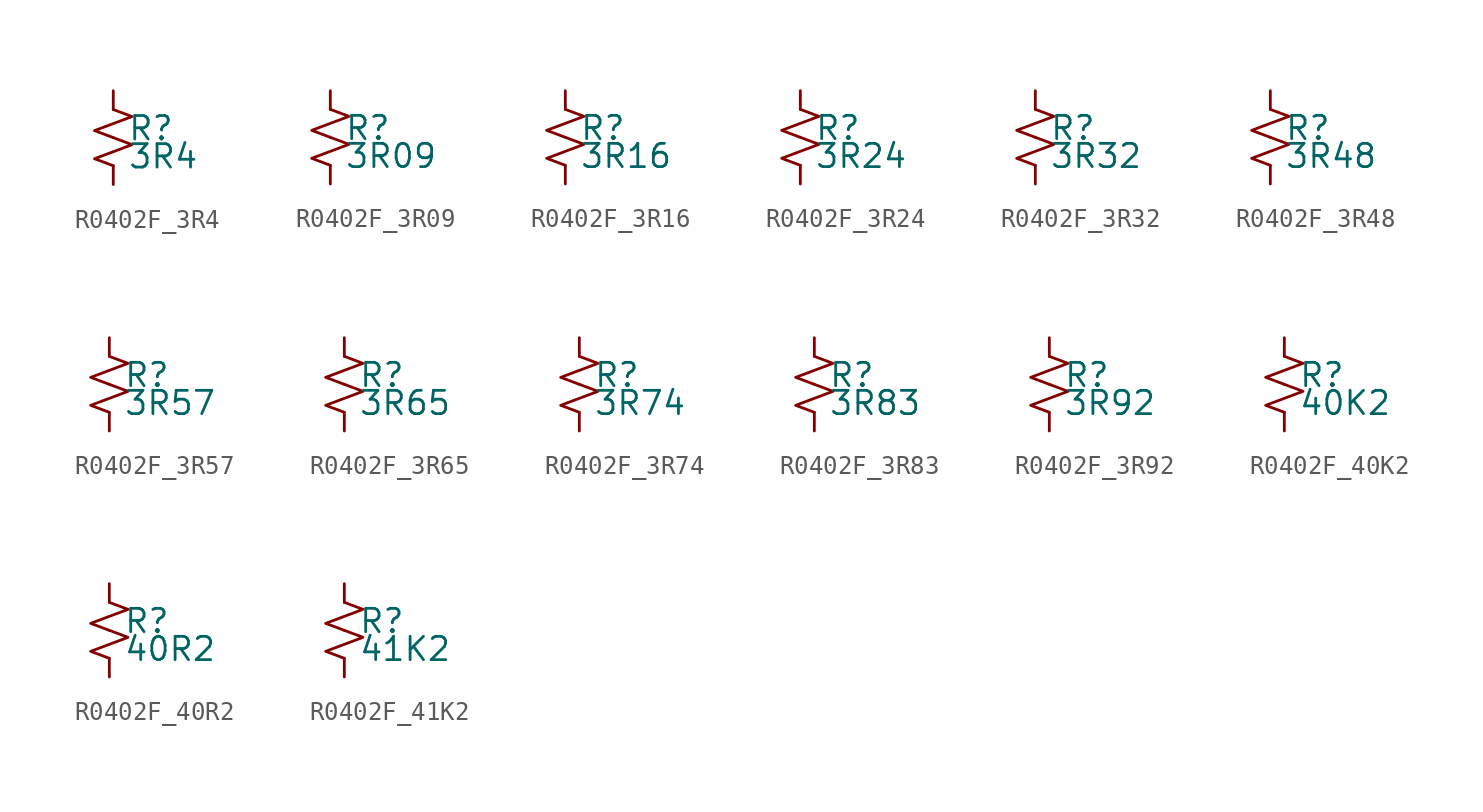
<source format=kicad_sym>
(kicad_symbol_lib
  (version 20220914)
  (generator kicad_symbol_editor)
  (symbol "R0402F_3R4"
    (pin_numbers hide)
    (pin_names
      (offset 0.254) hide)
    (property "Reference" "R"
      (at 0.762 0.508 0)
      (effects (font (size 1.27 1.27)) (justify left)))
    (property "Value" "3R4"
      (at 0.762 -1.016 0)
      (effects (font (size 1.27 1.27)) (justify left)))
    (symbol "R0402F_3R4_1_1"
      (polyline (pts (xy 0 0) (xy 1.016 -0.381) (xy 0 -0.762) (xy -1.016 -1.143) (xy 0 -1.524)) (stroke (width 0) (type default)) (fill (type none)))
      (polyline (pts (xy 0 1.524) (xy 1.016 1.143) (xy 0 0.762) (xy -1.016 0.381) (xy 0 0)) (stroke (width 0) (type default)) (fill (type none)))
      (pin passive line (at 0 2.54 270) (length 1.016) (name "~" (effects (font (size 1.27 1.27)))) (number "1" (effects (font (size 1.27 1.27)))))
      (pin passive line (at 0 -2.54 90) (length 1.016) (name "~" (effects (font (size 1.27 1.27)))) (number "2" (effects (font (size 1.27 1.27)))))))
  (symbol "R0402F_3R09"
    (pin_numbers hide)
    (pin_names
      (offset 0.254) hide)
    (property "Reference" "R"
      (at 0.762 0.508 0)
      (effects (font (size 1.27 1.27)) (justify left)))
    (property "Value" "3R09"
      (at 0.762 -1.016 0)
      (effects (font (size 1.27 1.27)) (justify left)))
    (symbol "R0402F_3R09_1_1"
      (polyline (pts (xy 0 0) (xy 1.016 -0.381) (xy 0 -0.762) (xy -1.016 -1.143) (xy 0 -1.524)) (stroke (width 0) (type default)) (fill (type none)))
      (polyline (pts (xy 0 1.524) (xy 1.016 1.143) (xy 0 0.762) (xy -1.016 0.381) (xy 0 0)) (stroke (width 0) (type default)) (fill (type none)))
      (pin passive line (at 0 2.54 270) (length 1.016) (name "~" (effects (font (size 1.27 1.27)))) (number "1" (effects (font (size 1.27 1.27)))))
      (pin passive line (at 0 -2.54 90) (length 1.016) (name "~" (effects (font (size 1.27 1.27)))) (number "2" (effects (font (size 1.27 1.27)))))))
  (symbol "R0402F_3R16"
    (pin_numbers hide)
    (pin_names
      (offset 0.254) hide)
    (property "Reference" "R"
      (at 0.762 0.508 0)
      (effects (font (size 1.27 1.27)) (justify left)))
    (property "Value" "3R16"
      (at 0.762 -1.016 0)
      (effects (font (size 1.27 1.27)) (justify left)))
    (symbol "R0402F_3R16_1_1"
      (polyline (pts (xy 0 0) (xy 1.016 -0.381) (xy 0 -0.762) (xy -1.016 -1.143) (xy 0 -1.524)) (stroke (width 0) (type default)) (fill (type none)))
      (polyline (pts (xy 0 1.524) (xy 1.016 1.143) (xy 0 0.762) (xy -1.016 0.381) (xy 0 0)) (stroke (width 0) (type default)) (fill (type none)))
      (pin passive line (at 0 2.54 270) (length 1.016) (name "~" (effects (font (size 1.27 1.27)))) (number "1" (effects (font (size 1.27 1.27)))))
      (pin passive line (at 0 -2.54 90) (length 1.016) (name "~" (effects (font (size 1.27 1.27)))) (number "2" (effects (font (size 1.27 1.27)))))))
  (symbol "R0402F_3R24"
    (pin_numbers hide)
    (pin_names
      (offset 0.254) hide)
    (property "Reference" "R"
      (at 0.762 0.508 0)
      (effects (font (size 1.27 1.27)) (justify left)))
    (property "Value" "3R24"
      (at 0.762 -1.016 0)
      (effects (font (size 1.27 1.27)) (justify left)))
    (symbol "R0402F_3R24_1_1"
      (polyline (pts (xy 0 0) (xy 1.016 -0.381) (xy 0 -0.762) (xy -1.016 -1.143) (xy 0 -1.524)) (stroke (width 0) (type default)) (fill (type none)))
      (polyline (pts (xy 0 1.524) (xy 1.016 1.143) (xy 0 0.762) (xy -1.016 0.381) (xy 0 0)) (stroke (width 0) (type default)) (fill (type none)))
      (pin passive line (at 0 2.54 270) (length 1.016) (name "~" (effects (font (size 1.27 1.27)))) (number "1" (effects (font (size 1.27 1.27)))))
      (pin passive line (at 0 -2.54 90) (length 1.016) (name "~" (effects (font (size 1.27 1.27)))) (number "2" (effects (font (size 1.27 1.27)))))))
  (symbol "R0402F_3R32"
    (pin_numbers hide)
    (pin_names
      (offset 0.254) hide)
    (property "Reference" "R"
      (at 0.762 0.508 0)
      (effects (font (size 1.27 1.27)) (justify left)))
    (property "Value" "3R32"
      (at 0.762 -1.016 0)
      (effects (font (size 1.27 1.27)) (justify left)))
    (symbol "R0402F_3R32_1_1"
      (polyline (pts (xy 0 0) (xy 1.016 -0.381) (xy 0 -0.762) (xy -1.016 -1.143) (xy 0 -1.524)) (stroke (width 0) (type default)) (fill (type none)))
      (polyline (pts (xy 0 1.524) (xy 1.016 1.143) (xy 0 0.762) (xy -1.016 0.381) (xy 0 0)) (stroke (width 0) (type default)) (fill (type none)))
      (pin passive line (at 0 2.54 270) (length 1.016) (name "~" (effects (font (size 1.27 1.27)))) (number "1" (effects (font (size 1.27 1.27)))))
      (pin passive line (at 0 -2.54 90) (length 1.016) (name "~" (effects (font (size 1.27 1.27)))) (number "2" (effects (font (size 1.27 1.27)))))))
  (symbol "R0402F_3R48"
    (pin_numbers hide)
    (pin_names
      (offset 0.254) hide)
    (property "Reference" "R"
      (at 0.762 0.508 0)
      (effects (font (size 1.27 1.27)) (justify left)))
    (property "Value" "3R48"
      (at 0.762 -1.016 0)
      (effects (font (size 1.27 1.27)) (justify left)))
    (symbol "R0402F_3R48_1_1"
      (polyline (pts (xy 0 0) (xy 1.016 -0.381) (xy 0 -0.762) (xy -1.016 -1.143) (xy 0 -1.524)) (stroke (width 0) (type default)) (fill (type none)))
      (polyline (pts (xy 0 1.524) (xy 1.016 1.143) (xy 0 0.762) (xy -1.016 0.381) (xy 0 0)) (stroke (width 0) (type default)) (fill (type none)))
      (pin passive line (at 0 2.54 270) (length 1.016) (name "~" (effects (font (size 1.27 1.27)))) (number "1" (effects (font (size 1.27 1.27)))))
      (pin passive line (at 0 -2.54 90) (length 1.016) (name "~" (effects (font (size 1.27 1.27)))) (number "2" (effects (font (size 1.27 1.27)))))))
  (symbol "R0402F_3R57"
    (pin_numbers hide)
    (pin_names
      (offset 0.254) hide)
    (property "Reference" "R"
      (at 0.762 0.508 0)
      (effects (font (size 1.27 1.27)) (justify left)))
    (property "Value" "3R57"
      (at 0.762 -1.016 0)
      (effects (font (size 1.27 1.27)) (justify left)))
    (symbol "R0402F_3R57_1_1"
      (polyline (pts (xy 0 0) (xy 1.016 -0.381) (xy 0 -0.762) (xy -1.016 -1.143) (xy 0 -1.524)) (stroke (width 0) (type default)) (fill (type none)))
      (polyline (pts (xy 0 1.524) (xy 1.016 1.143) (xy 0 0.762) (xy -1.016 0.381) (xy 0 0)) (stroke (width 0) (type default)) (fill (type none)))
      (pin passive line (at 0 2.54 270) (length 1.016) (name "~" (effects (font (size 1.27 1.27)))) (number "1" (effects (font (size 1.27 1.27)))))
      (pin passive line (at 0 -2.54 90) (length 1.016) (name "~" (effects (font (size 1.27 1.27)))) (number "2" (effects (font (size 1.27 1.27)))))))
  (symbol "R0402F_3R65"
    (pin_numbers hide)
    (pin_names
      (offset 0.254) hide)
    (property "Reference" "R"
      (at 0.762 0.508 0)
      (effects (font (size 1.27 1.27)) (justify left)))
    (property "Value" "3R65"
      (at 0.762 -1.016 0)
      (effects (font (size 1.27 1.27)) (justify left)))
    (symbol "R0402F_3R65_1_1"
      (polyline (pts (xy 0 0) (xy 1.016 -0.381) (xy 0 -0.762) (xy -1.016 -1.143) (xy 0 -1.524)) (stroke (width 0) (type default)) (fill (type none)))
      (polyline (pts (xy 0 1.524) (xy 1.016 1.143) (xy 0 0.762) (xy -1.016 0.381) (xy 0 0)) (stroke (width 0) (type default)) (fill (type none)))
      (pin passive line (at 0 2.54 270) (length 1.016) (name "~" (effects (font (size 1.27 1.27)))) (number "1" (effects (font (size 1.27 1.27)))))
      (pin passive line (at 0 -2.54 90) (length 1.016) (name "~" (effects (font (size 1.27 1.27)))) (number "2" (effects (font (size 1.27 1.27)))))))
  (symbol "R0402F_3R74"
    (pin_numbers hide)
    (pin_names
      (offset 0.254) hide)
    (property "Reference" "R"
      (at 0.762 0.508 0)
      (effects (font (size 1.27 1.27)) (justify left)))
    (property "Value" "3R74"
      (at 0.762 -1.016 0)
      (effects (font (size 1.27 1.27)) (justify left)))
    (symbol "R0402F_3R74_1_1"
      (polyline (pts (xy 0 0) (xy 1.016 -0.381) (xy 0 -0.762) (xy -1.016 -1.143) (xy 0 -1.524)) (stroke (width 0) (type default)) (fill (type none)))
      (polyline (pts (xy 0 1.524) (xy 1.016 1.143) (xy 0 0.762) (xy -1.016 0.381) (xy 0 0)) (stroke (width 0) (type default)) (fill (type none)))
      (pin passive line (at 0 2.54 270) (length 1.016) (name "~" (effects (font (size 1.27 1.27)))) (number "1" (effects (font (size 1.27 1.27)))))
      (pin passive line (at 0 -2.54 90) (length 1.016) (name "~" (effects (font (size 1.27 1.27)))) (number "2" (effects (font (size 1.27 1.27)))))))
  (symbol "R0402F_3R83"
    (pin_numbers hide)
    (pin_names
      (offset 0.254) hide)
    (property "Reference" "R"
      (at 0.762 0.508 0)
      (effects (font (size 1.27 1.27)) (justify left)))
    (property "Value" "3R83"
      (at 0.762 -1.016 0)
      (effects (font (size 1.27 1.27)) (justify left)))
    (symbol "R0402F_3R83_1_1"
      (polyline (pts (xy 0 0) (xy 1.016 -0.381) (xy 0 -0.762) (xy -1.016 -1.143) (xy 0 -1.524)) (stroke (width 0) (type default)) (fill (type none)))
      (polyline (pts (xy 0 1.524) (xy 1.016 1.143) (xy 0 0.762) (xy -1.016 0.381) (xy 0 0)) (stroke (width 0) (type default)) (fill (type none)))
      (pin passive line (at 0 2.54 270) (length 1.016) (name "~" (effects (font (size 1.27 1.27)))) (number "1" (effects (font (size 1.27 1.27)))))
      (pin passive line (at 0 -2.54 90) (length 1.016) (name "~" (effects (font (size 1.27 1.27)))) (number "2" (effects (font (size 1.27 1.27)))))))
  (symbol "R0402F_3R92"
    (pin_numbers hide)
    (pin_names
      (offset 0.254) hide)
    (property "Reference" "R"
      (at 0.762 0.508 0)
      (effects (font (size 1.27 1.27)) (justify left)))
    (property "Value" "3R92"
      (at 0.762 -1.016 0)
      (effects (font (size 1.27 1.27)) (justify left)))
    (symbol "R0402F_3R92_1_1"
      (polyline (pts (xy 0 0) (xy 1.016 -0.381) (xy 0 -0.762) (xy -1.016 -1.143) (xy 0 -1.524)) (stroke (width 0) (type default)) (fill (type none)))
      (polyline (pts (xy 0 1.524) (xy 1.016 1.143) (xy 0 0.762) (xy -1.016 0.381) (xy 0 0)) (stroke (width 0) (type default)) (fill (type none)))
      (pin passive line (at 0 2.54 270) (length 1.016) (name "~" (effects (font (size 1.27 1.27)))) (number "1" (effects (font (size 1.27 1.27)))))
      (pin passive line (at 0 -2.54 90) (length 1.016) (name "~" (effects (font (size 1.27 1.27)))) (number "2" (effects (font (size 1.27 1.27)))))))
  (symbol "R0402F_40K2"
    (pin_numbers hide)
    (pin_names
      (offset 0.254) hide)
    (property "Reference" "R"
      (at 0.762 0.508 0)
      (effects (font (size 1.27 1.27)) (justify left)))
    (property "Value" "40K2"
      (at 0.762 -1.016 0)
      (effects (font (size 1.27 1.27)) (justify left)))
    (symbol "R0402F_40K2_1_1"
      (polyline (pts (xy 0 0) (xy 1.016 -0.381) (xy 0 -0.762) (xy -1.016 -1.143) (xy 0 -1.524)) (stroke (width 0) (type default)) (fill (type none)))
      (polyline (pts (xy 0 1.524) (xy 1.016 1.143) (xy 0 0.762) (xy -1.016 0.381) (xy 0 0)) (stroke (width 0) (type default)) (fill (type none)))
      (pin passive line (at 0 2.54 270) (length 1.016) (name "~" (effects (font (size 1.27 1.27)))) (number "1" (effects (font (size 1.27 1.27)))))
      (pin passive line (at 0 -2.54 90) (length 1.016) (name "~" (effects (font (size 1.27 1.27)))) (number "2" (effects (font (size 1.27 1.27)))))))
  (symbol "R0402F_40R2"
    (pin_numbers hide)
    (pin_names
      (offset 0.254) hide)
    (property "Reference" "R"
      (at 0.762 0.508 0)
      (effects (font (size 1.27 1.27)) (justify left)))
    (property "Value" "40R2"
      (at 0.762 -1.016 0)
      (effects (font (size 1.27 1.27)) (justify left)))
    (symbol "R0402F_40R2_1_1"
      (polyline (pts (xy 0 0) (xy 1.016 -0.381) (xy 0 -0.762) (xy -1.016 -1.143) (xy 0 -1.524)) (stroke (width 0) (type default)) (fill (type none)))
      (polyline (pts (xy 0 1.524) (xy 1.016 1.143) (xy 0 0.762) (xy -1.016 0.381) (xy 0 0)) (stroke (width 0) (type default)) (fill (type none)))
      (pin passive line (at 0 2.54 270) (length 1.016) (name "~" (effects (font (size 1.27 1.27)))) (number "1" (effects (font (size 1.27 1.27)))))
      (pin passive line (at 0 -2.54 90) (length 1.016) (name "~" (effects (font (size 1.27 1.27)))) (number "2" (effects (font (size 1.27 1.27)))))))
  (symbol "R0402F_41K2"
    (pin_numbers hide)
    (pin_names
      (offset 0.254) hide)
    (property "Reference" "R"
      (at 0.762 0.508 0)
      (effects (font (size 1.27 1.27)) (justify left)))
    (property "Value" "41K2"
      (at 0.762 -1.016 0)
      (effects (font (size 1.27 1.27)) (justify left)))
    (symbol "R0402F_41K2_1_1"
      (polyline (pts (xy 0 0) (xy 1.016 -0.381) (xy 0 -0.762) (xy -1.016 -1.143) (xy 0 -1.524)) (stroke (width 0) (type default)) (fill (type none)))
      (polyline (pts (xy 0 1.524) (xy 1.016 1.143) (xy 0 0.762) (xy -1.016 0.381) (xy 0 0)) (stroke (width 0) (type default)) (fill (type none)))
      (pin passive line (at 0 2.54 270) (length 1.016) (name "~" (effects (font (size 1.27 1.27)))) (number "1" (effects (font (size 1.27 1.27)))))
      (pin passive line (at 0 -2.54 90) (length 1.016) (name "~" (effects (font (size 1.27 1.27)))) (number "2" (effects (font (size 1.27 1.27))))))))
</source>
